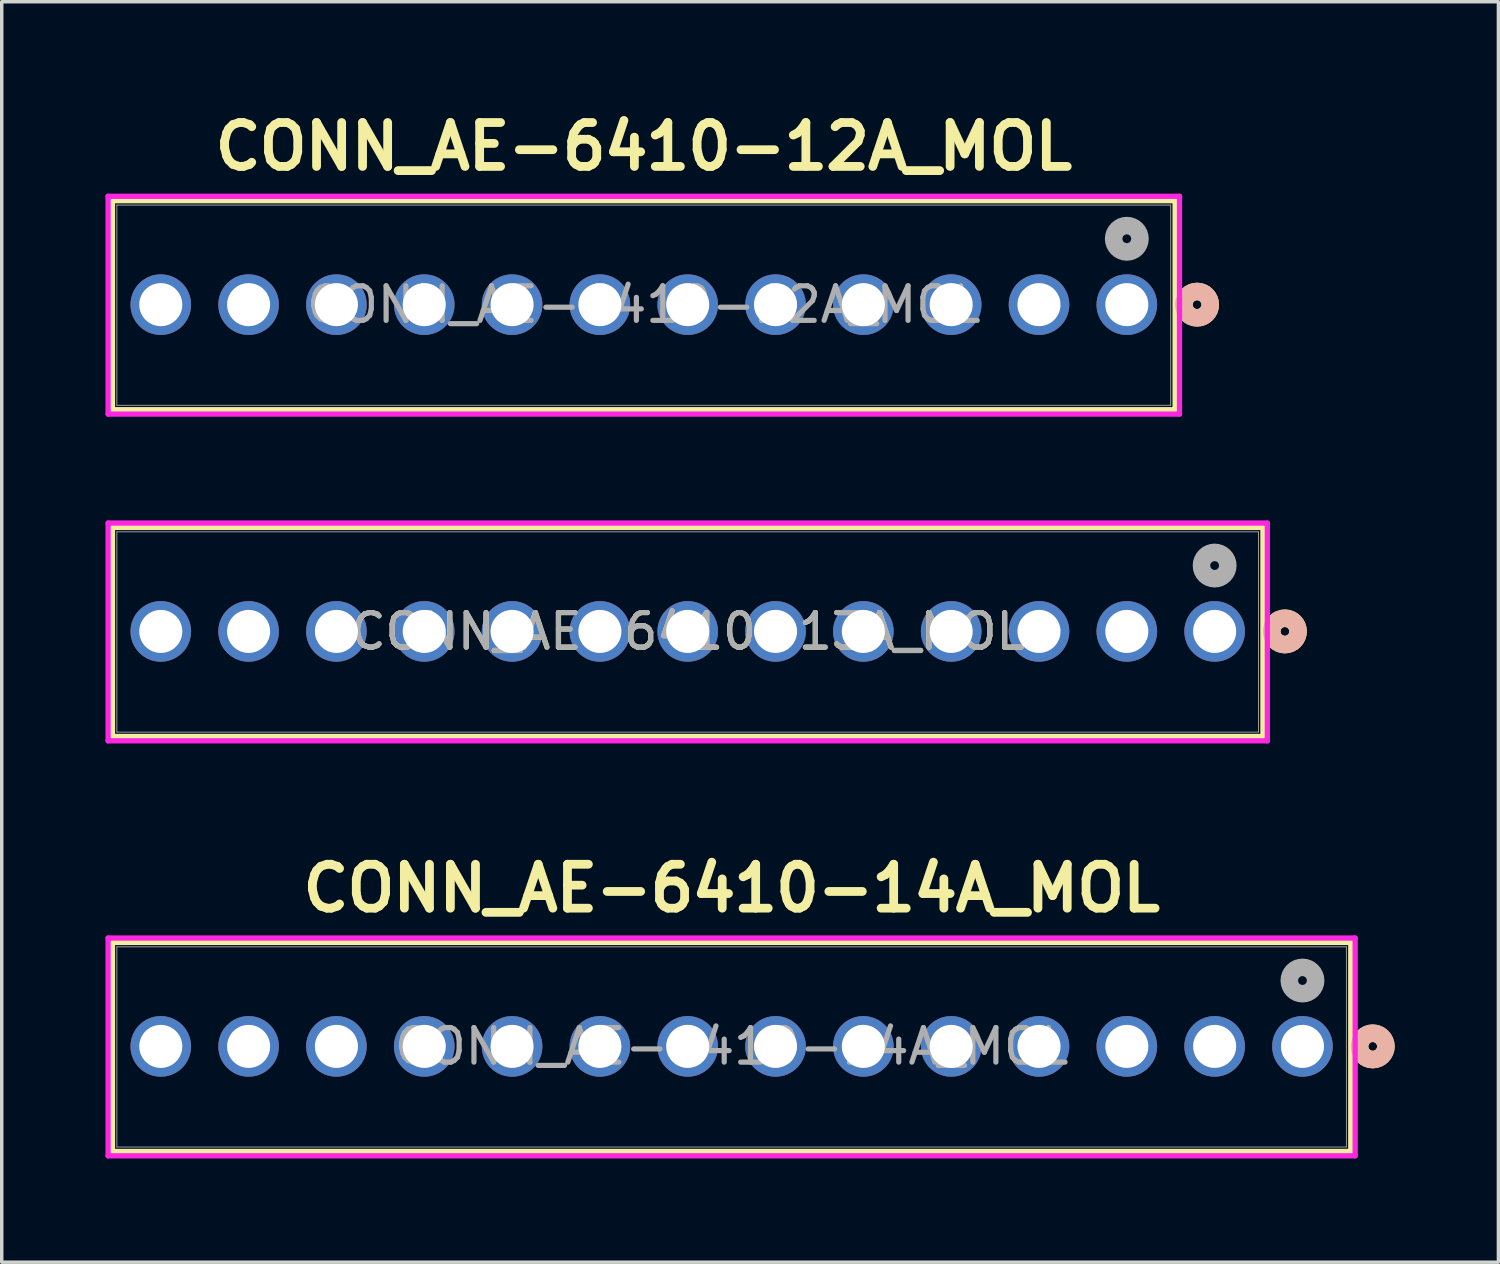
<source format=kicad_pcb>
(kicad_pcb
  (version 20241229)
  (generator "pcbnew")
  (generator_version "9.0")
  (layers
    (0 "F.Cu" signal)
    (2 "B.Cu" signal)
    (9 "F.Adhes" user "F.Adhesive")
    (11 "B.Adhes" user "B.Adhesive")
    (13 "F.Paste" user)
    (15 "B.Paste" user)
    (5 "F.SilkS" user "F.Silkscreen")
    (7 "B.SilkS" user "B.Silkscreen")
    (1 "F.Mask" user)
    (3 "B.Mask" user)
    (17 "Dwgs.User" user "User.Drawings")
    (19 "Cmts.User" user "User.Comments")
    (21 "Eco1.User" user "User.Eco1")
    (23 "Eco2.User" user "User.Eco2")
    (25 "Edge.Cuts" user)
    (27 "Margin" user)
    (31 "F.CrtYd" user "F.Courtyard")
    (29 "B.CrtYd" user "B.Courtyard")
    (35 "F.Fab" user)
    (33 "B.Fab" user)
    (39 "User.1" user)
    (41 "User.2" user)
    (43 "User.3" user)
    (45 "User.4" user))
  (footprint "CONN_AE-6410-14A_MOL"
    (layer "F.Cu")
    (at 34.62 27.214)
    (property "Reference" "CONN_AE-6410-14A_MOL" (at -16.51 -4.572 0) (unlocked yes) (layer "F.SilkS") (effects (font (size 1.27 1.27) (thickness 0.254) (bold yes))))
    (attr through_hole)
    (fp_line (start -34.417 -3.007) (end -34.417 3.038) (stroke (width 0.152) (type solid)) (layer "F.SilkS"))
    (fp_line (start -34.417 3.038) (end 1.397 3.038) (stroke (width 0.152) (type solid)) (layer "F.SilkS"))
    (fp_line (start 1.397 -3.007) (end -34.417 -3.007) (stroke (width 0.152) (type solid)) (layer "F.SilkS"))
    (fp_line (start 1.397 3.038) (end 1.397 -3.007) (stroke (width 0.152) (type solid)) (layer "F.SilkS"))
    (fp_circle (center 2.032 0) (end 2.413 0) (stroke (width 0.508) (type solid)) (fill no) (layer "F.SilkS"))
    (fp_circle (center 2.032 0) (end 2.413 0) (stroke (width 0.508) (type solid)) (fill no) (layer "B.SilkS"))
    (fp_line (start -34.544 -3.134) (end -34.544 3.165) (stroke (width 0.152) (type solid)) (layer "F.CrtYd"))
    (fp_line (start -34.544 3.165) (end 1.524 3.165) (stroke (width 0.152) (type solid)) (layer "F.CrtYd"))
    (fp_line (start 1.524 -3.134) (end -34.544 -3.134) (stroke (width 0.152) (type solid)) (layer "F.CrtYd"))
    (fp_line (start 1.524 3.165) (end 1.524 -3.134) (stroke (width 0.152) (type solid)) (layer "F.CrtYd"))
    (fp_line (start -34.29 -2.88) (end -34.29 2.911) (stroke (width 0.025) (type solid)) (layer "F.Fab"))
    (fp_line (start -34.29 2.911) (end 1.27 2.911) (stroke (width 0.025) (type solid)) (layer "F.Fab"))
    (fp_line (start 1.27 -2.88) (end -34.29 -2.88) (stroke (width 0.025) (type solid)) (layer "F.Fab"))
    (fp_line (start 1.27 2.911) (end 1.27 -2.88) (stroke (width 0.025) (type solid)) (layer "F.Fab"))
    (fp_circle (center 0 -1.905) (end 0.381 -1.905) (stroke (width 0.508) (type solid)) (fill no) (layer "F.Fab"))
    (fp_text user "${REFERENCE}" (at -16.51 0 0) (unlocked yes) (layer "F.Fab") (effects (font (size 1 1) (thickness 0.15))))
    (pad "1" thru_hole circle (at 0 0) (size 1.753 1.753) (drill 1.245) (layers "*.Cu" "*.Mask"))
    (pad "2" thru_hole circle (at -2.54 0) (size 1.753 1.753) (drill 1.245) (layers "*.Cu" "*.Mask"))
    (pad "3" thru_hole circle (at -5.08 0) (size 1.753 1.753) (drill 1.245) (layers "*.Cu" "*.Mask"))
    (pad "4" thru_hole circle (at -7.62 0) (size 1.753 1.753) (drill 1.245) (layers "*.Cu" "*.Mask"))
    (pad "5" thru_hole circle (at -10.16 0) (size 1.753 1.753) (drill 1.245) (layers "*.Cu" "*.Mask"))
    (pad "6" thru_hole circle (at -12.7 0) (size 1.753 1.753) (drill 1.245) (layers "*.Cu" "*.Mask"))
    (pad "7" thru_hole circle (at -15.24 0) (size 1.753 1.753) (drill 1.245) (layers "*.Cu" "*.Mask"))
    (pad "8" thru_hole circle (at -17.78 0) (size 1.753 1.753) (drill 1.245) (layers "*.Cu" "*.Mask"))
    (pad "9" thru_hole circle (at -20.32 0) (size 1.753 1.753) (drill 1.245) (layers "*.Cu" "*.Mask"))
    (pad "10" thru_hole circle (at -22.86 0) (size 1.753 1.753) (drill 1.245) (layers "*.Cu" "*.Mask"))
    (pad "11" thru_hole circle (at -25.4 0) (size 1.753 1.753) (drill 1.245) (layers "*.Cu" "*.Mask"))
    (pad "12" thru_hole circle (at -27.94 0) (size 1.753 1.753) (drill 1.245) (layers "*.Cu" "*.Mask"))
    (pad "13" thru_hole circle (at -30.48 0) (size 1.753 1.753) (drill 1.245) (layers "*.Cu" "*.Mask"))
    (pad "14" thru_hole circle (at -33.02 0) (size 1.753 1.753) (drill 1.245) (layers "*.Cu" "*.Mask")))
  (footprint "CONN_AE-6410-13A_MOL"
    (layer "F.Cu")
    (at 32.08 15.212)
    (property "Reference" "CONN_AE-6410-13A_MOL" (at -15.24 0 0) (unlocked yes) (layer "F.SilkS") (effects (font (size 1 1) (thickness 0.15))))
    (attr through_hole)
    (fp_line (start -31.877 -3.007) (end -31.877 3.038) (stroke (width 0.152) (type solid)) (layer "F.SilkS"))
    (fp_line (start -31.877 3.038) (end 1.397 3.038) (stroke (width 0.152) (type solid)) (layer "F.SilkS"))
    (fp_line (start 1.397 -3.007) (end -31.877 -3.007) (stroke (width 0.152) (type solid)) (layer "F.SilkS"))
    (fp_line (start 1.397 3.038) (end 1.397 -3.007) (stroke (width 0.152) (type solid)) (layer "F.SilkS"))
    (fp_circle (center 2.032 0) (end 2.413 0) (stroke (width 0.508) (type solid)) (fill no) (layer "F.SilkS"))
    (fp_circle (center 2.032 0) (end 2.413 0) (stroke (width 0.508) (type solid)) (fill no) (layer "B.SilkS"))
    (fp_line (start -32.004 -3.134) (end -32.004 3.165) (stroke (width 0.152) (type solid)) (layer "F.CrtYd"))
    (fp_line (start -32.004 3.165) (end 1.524 3.165) (stroke (width 0.152) (type solid)) (layer "F.CrtYd"))
    (fp_line (start 1.524 -3.134) (end -32.004 -3.134) (stroke (width 0.152) (type solid)) (layer "F.CrtYd"))
    (fp_line (start 1.524 3.165) (end 1.524 -3.134) (stroke (width 0.152) (type solid)) (layer "F.CrtYd"))
    (fp_line (start -31.75 -2.88) (end -31.75 2.911) (stroke (width 0.025) (type solid)) (layer "F.Fab"))
    (fp_line (start -31.75 2.911) (end 1.27 2.911) (stroke (width 0.025) (type solid)) (layer "F.Fab"))
    (fp_line (start 1.27 -2.88) (end -31.75 -2.88) (stroke (width 0.025) (type solid)) (layer "F.Fab"))
    (fp_line (start 1.27 2.911) (end 1.27 -2.88) (stroke (width 0.025) (type solid)) (layer "F.Fab"))
    (fp_circle (center 0 -1.905) (end 0.381 -1.905) (stroke (width 0.508) (type solid)) (fill no) (layer "F.Fab"))
    (fp_text user "${REFERENCE}" (at -15.24 0 0) (unlocked yes) (layer "F.Fab") (effects (font (size 1 1) (thickness 0.15))))
    (pad "1" thru_hole circle (at 0 0) (size 1.753 1.753) (drill 1.245) (layers "*.Cu" "*.Mask"))
    (pad "2" thru_hole circle (at -2.54 0) (size 1.753 1.753) (drill 1.245) (layers "*.Cu" "*.Mask"))
    (pad "3" thru_hole circle (at -5.08 0) (size 1.753 1.753) (drill 1.245) (layers "*.Cu" "*.Mask"))
    (pad "4" thru_hole circle (at -7.62 0) (size 1.753 1.753) (drill 1.245) (layers "*.Cu" "*.Mask"))
    (pad "5" thru_hole circle (at -10.16 0) (size 1.753 1.753) (drill 1.245) (layers "*.Cu" "*.Mask"))
    (pad "6" thru_hole circle (at -12.7 0) (size 1.753 1.753) (drill 1.245) (layers "*.Cu" "*.Mask"))
    (pad "7" thru_hole circle (at -15.24 0) (size 1.753 1.753) (drill 1.245) (layers "*.Cu" "*.Mask"))
    (pad "8" thru_hole circle (at -17.78 0) (size 1.753 1.753) (drill 1.245) (layers "*.Cu" "*.Mask"))
    (pad "9" thru_hole circle (at -20.32 0) (size 1.753 1.753) (drill 1.245) (layers "*.Cu" "*.Mask"))
    (pad "10" thru_hole circle (at -22.86 0) (size 1.753 1.753) (drill 1.245) (layers "*.Cu" "*.Mask"))
    (pad "11" thru_hole circle (at -25.4 0) (size 1.753 1.753) (drill 1.245) (layers "*.Cu" "*.Mask"))
    (pad "12" thru_hole circle (at -27.94 0) (size 1.753 1.753) (drill 1.245) (layers "*.Cu" "*.Mask"))
    (pad "13" thru_hole circle (at -30.48 0) (size 1.753 1.753) (drill 1.245) (layers "*.Cu" "*.Mask")))
  (footprint "CONN_AE-6410-12A_MOL"
    (layer "F.Cu")
    (at 29.54 5.761)
    (property "Reference" "CONN_AE-6410-12A_MOL" (at -13.97 -4.572 0) (unlocked yes) (layer "F.SilkS") (effects (font (size 1.27 1.27) (thickness 0.254) (bold yes))))
    (attr through_hole)
    (fp_line (start -29.337 -3.007) (end -29.337 3.038) (stroke (width 0.152) (type solid)) (layer "F.SilkS"))
    (fp_line (start -29.337 3.038) (end 1.397 3.038) (stroke (width 0.152) (type solid)) (layer "F.SilkS"))
    (fp_line (start 1.397 -3.007) (end -29.337 -3.007) (stroke (width 0.152) (type solid)) (layer "F.SilkS"))
    (fp_line (start 1.397 3.038) (end 1.397 -3.007) (stroke (width 0.152) (type solid)) (layer "F.SilkS"))
    (fp_circle (center 2.032 0) (end 2.413 0) (stroke (width 0.508) (type solid)) (fill no) (layer "F.SilkS"))
    (fp_circle (center 2.032 0) (end 2.413 0) (stroke (width 0.508) (type solid)) (fill no) (layer "B.SilkS"))
    (fp_line (start -29.464 -3.134) (end -29.464 3.165) (stroke (width 0.152) (type solid)) (layer "F.CrtYd"))
    (fp_line (start -29.464 3.165) (end 1.524 3.165) (stroke (width 0.152) (type solid)) (layer "F.CrtYd"))
    (fp_line (start 1.524 -3.134) (end -29.464 -3.134) (stroke (width 0.152) (type solid)) (layer "F.CrtYd"))
    (fp_line (start 1.524 3.165) (end 1.524 -3.134) (stroke (width 0.152) (type solid)) (layer "F.CrtYd"))
    (fp_line (start -29.21 -2.88) (end -29.21 2.911) (stroke (width 0.025) (type solid)) (layer "F.Fab"))
    (fp_line (start -29.21 2.911) (end 1.27 2.911) (stroke (width 0.025) (type solid)) (layer "F.Fab"))
    (fp_line (start 1.27 -2.88) (end -29.21 -2.88) (stroke (width 0.025) (type solid)) (layer "F.Fab"))
    (fp_line (start 1.27 2.911) (end 1.27 -2.88) (stroke (width 0.025) (type solid)) (layer "F.Fab"))
    (fp_circle (center 0 -1.905) (end 0.381 -1.905) (stroke (width 0.508) (type solid)) (fill no) (layer "F.Fab"))
    (fp_text user "${REFERENCE}" (at -13.97 0 0) (unlocked yes) (layer "F.Fab") (effects (font (size 1 1) (thickness 0.15))))
    (pad "1" thru_hole circle (at 0 0) (size 1.753 1.753) (drill 1.245) (layers "*.Cu" "*.Mask"))
    (pad "2" thru_hole circle (at -2.54 0) (size 1.753 1.753) (drill 1.245) (layers "*.Cu" "*.Mask"))
    (pad "3" thru_hole circle (at -5.08 0) (size 1.753 1.753) (drill 1.245) (layers "*.Cu" "*.Mask"))
    (pad "4" thru_hole circle (at -7.62 0) (size 1.753 1.753) (drill 1.245) (layers "*.Cu" "*.Mask"))
    (pad "5" thru_hole circle (at -10.16 0) (size 1.753 1.753) (drill 1.245) (layers "*.Cu" "*.Mask"))
    (pad "6" thru_hole circle (at -12.7 0) (size 1.753 1.753) (drill 1.245) (layers "*.Cu" "*.Mask"))
    (pad "7" thru_hole circle (at -15.24 0) (size 1.753 1.753) (drill 1.245) (layers "*.Cu" "*.Mask"))
    (pad "8" thru_hole circle (at -17.78 0) (size 1.753 1.753) (drill 1.245) (layers "*.Cu" "*.Mask"))
    (pad "9" thru_hole circle (at -20.32 0) (size 1.753 1.753) (drill 1.245) (layers "*.Cu" "*.Mask"))
    (pad "10" thru_hole circle (at -22.86 0) (size 1.753 1.753) (drill 1.245) (layers "*.Cu" "*.Mask"))
    (pad "11" thru_hole circle (at -25.4 0) (size 1.753 1.753) (drill 1.245) (layers "*.Cu" "*.Mask"))
    (pad "12" thru_hole circle (at -27.94 0) (size 1.753 1.753) (drill 1.245) (layers "*.Cu" "*.Mask")))
  (gr_rect
    (start -3 -3)
    (end 40.287 33.456)
    (stroke (width 0.1) (type default))
    (fill no)
    (layer "Edge.Cuts")))
</source>
